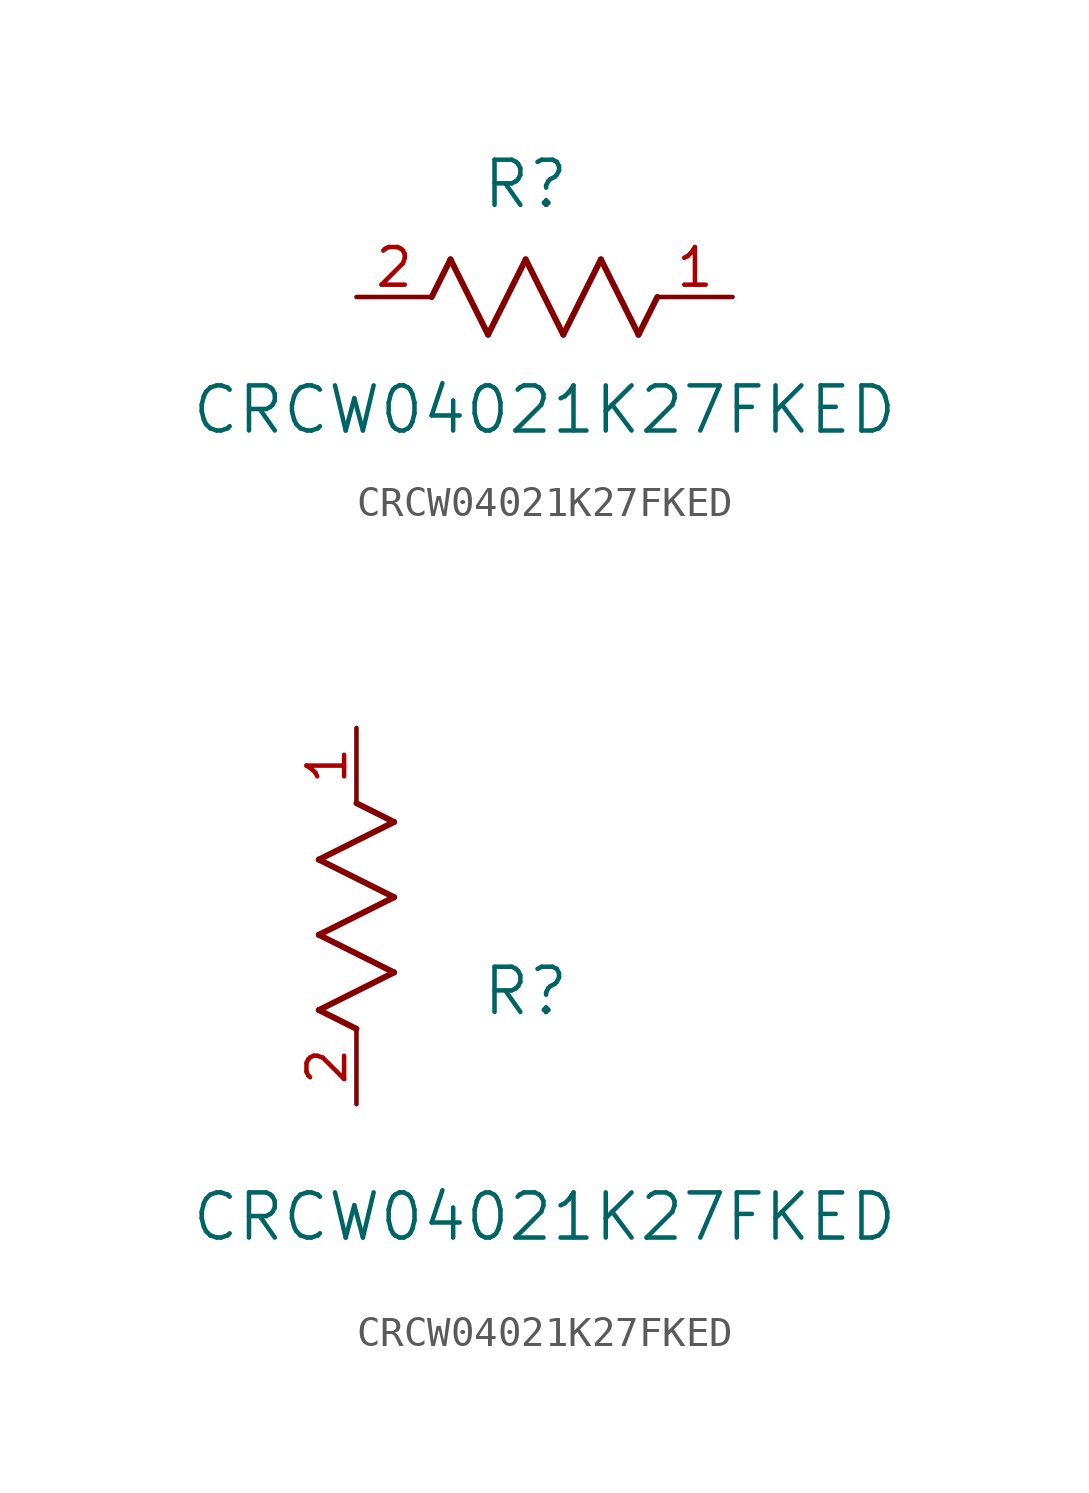
<source format=kicad_sym>
(kicad_symbol_lib
  (version 20211014)
  (generator kicad_symbol_editor)
  (symbol "CRCW04021K27FKED"
    (pin_names
      (offset 0.254))
    (property "Reference" "R"
      (at 5.715 3.81 0)
      (effects (font (size 1.524 1.524))))
    (property "Value" "CRCW04021K27FKED"
      (at 6.35 -3.81 0)
      (effects (font (size 1.524 1.524))))
    (symbol "CRCW04021K27FKED_1_1"
      (polyline (pts (xy 3.175 1.27) (xy 4.445 -1.27)) (stroke (width 0.203) (type default) (color 0 0 0 0)) (fill (type none)))
      (polyline (pts (xy 4.445 -1.27) (xy 5.715 1.27)) (stroke (width 0.203) (type default) (color 0 0 0 0)) (fill (type none)))
      (polyline (pts (xy 5.715 1.27) (xy 6.985 -1.27)) (stroke (width 0.203) (type default) (color 0 0 0 0)) (fill (type none)))
      (polyline (pts (xy 6.985 -1.27) (xy 8.255 1.27)) (stroke (width 0.203) (type default) (color 0 0 0 0)) (fill (type none)))
      (polyline (pts (xy 8.255 1.27) (xy 9.525 -1.27)) (stroke (width 0.203) (type default) (color 0 0 0 0)) (fill (type none)))
      (polyline (pts (xy 2.54 0) (xy 3.175 1.27)) (stroke (width 0.203) (type default) (color 0 0 0 0)) (fill (type none)))
      (polyline (pts (xy 9.525 -1.27) (xy 10.16 0)) (stroke (width 0.203) (type default) (color 0 0 0 0)) (fill (type none)))
      (pin unspecified line (at 12.7 0 180) (length 2.54) (name "" (effects (font (size 1.27 1.27)))) (number "1" (effects (font (size 1.27 1.27)))))
      (pin unspecified line (at 0 0 0) (length 2.54) (name "" (effects (font (size 1.27 1.27)))) (number "2" (effects (font (size 1.27 1.27))))))
    (symbol "CRCW04021K27FKED_1_2"
      (polyline (pts (xy 0 2.54) (xy -1.27 3.175)) (stroke (width 0.203) (type default) (color 0 0 0 0)) (fill (type none)))
      (polyline (pts (xy -1.27 3.175) (xy 1.27 4.445)) (stroke (width 0.203) (type default) (color 0 0 0 0)) (fill (type none)))
      (polyline (pts (xy 1.27 4.445) (xy -1.27 5.715)) (stroke (width 0.203) (type default) (color 0 0 0 0)) (fill (type none)))
      (polyline (pts (xy -1.27 5.715) (xy 1.27 6.985)) (stroke (width 0.203) (type default) (color 0 0 0 0)) (fill (type none)))
      (polyline (pts (xy -1.27 8.255) (xy 1.27 9.525)) (stroke (width 0.203) (type default) (color 0 0 0 0)) (fill (type none)))
      (polyline (pts (xy 1.27 9.525) (xy 0 10.16)) (stroke (width 0.203) (type default) (color 0 0 0 0)) (fill (type none)))
      (polyline (pts (xy 1.27 6.985) (xy -1.27 8.255)) (stroke (width 0.203) (type default) (color 0 0 0 0)) (fill (type none)))
      (pin unspecified line (at 0 12.7 270) (length 2.54) (name "" (effects (font (size 1.27 1.27)))) (number "1" (effects (font (size 1.27 1.27)))))
      (pin unspecified line (at 0 0 90) (length 2.54) (name "" (effects (font (size 1.27 1.27)))) (number "2" (effects (font (size 1.27 1.27))))))))
</source>
